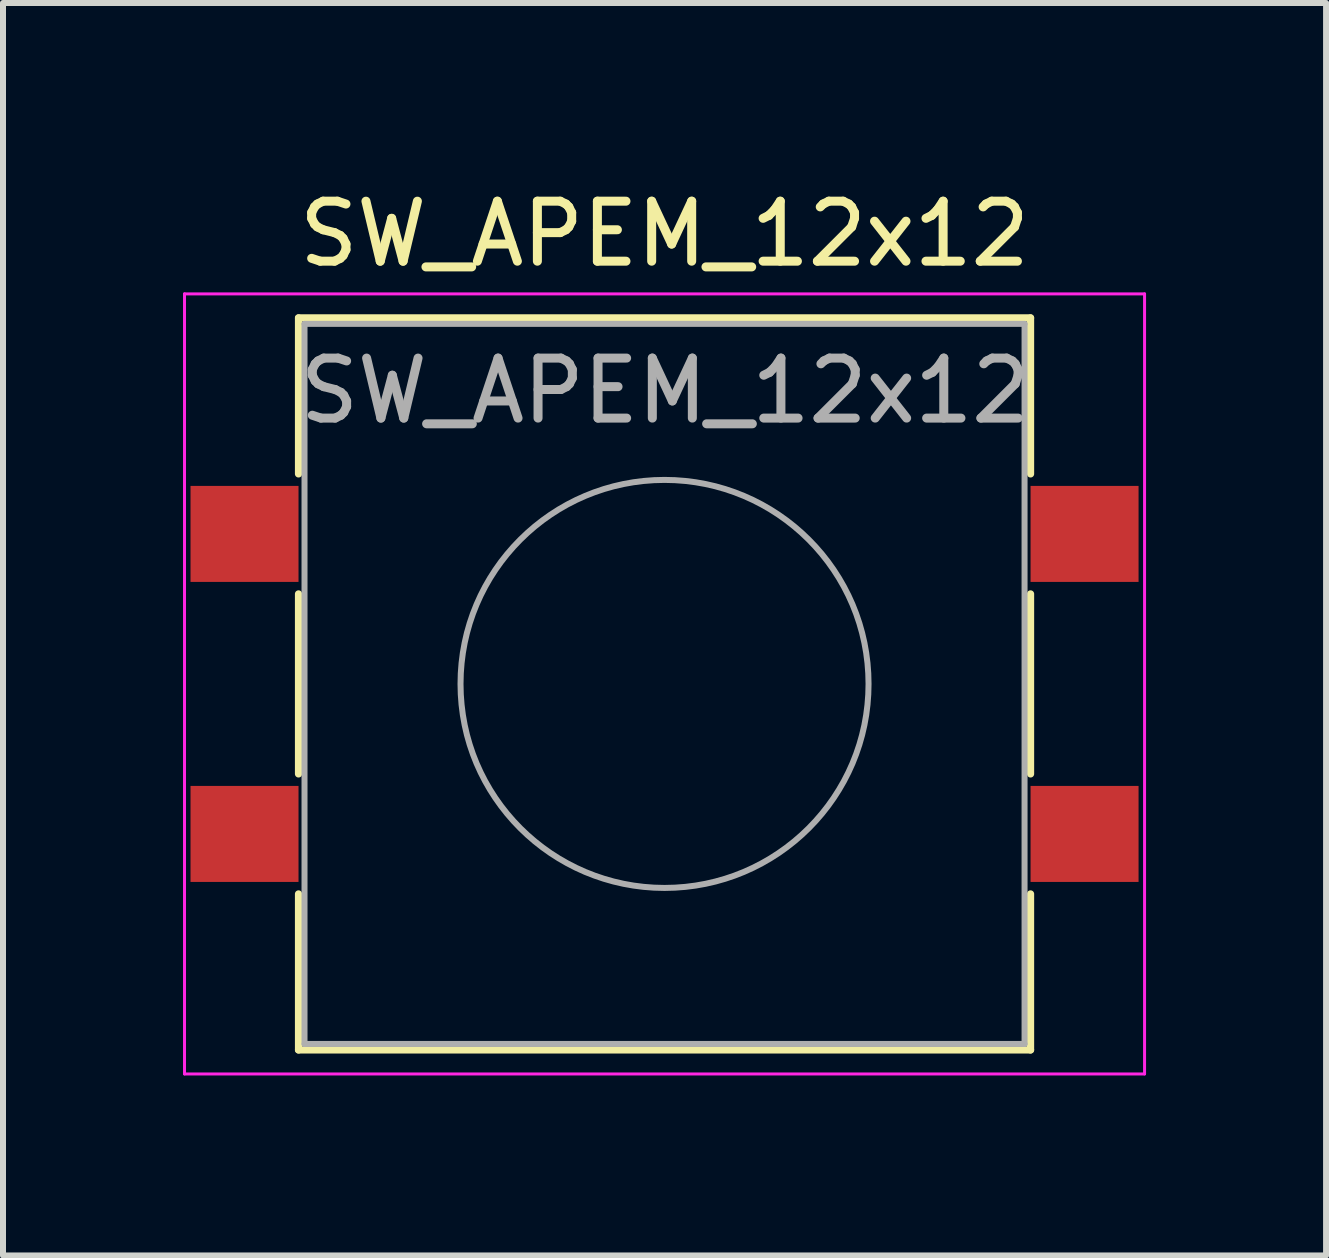
<source format=kicad_pcb>
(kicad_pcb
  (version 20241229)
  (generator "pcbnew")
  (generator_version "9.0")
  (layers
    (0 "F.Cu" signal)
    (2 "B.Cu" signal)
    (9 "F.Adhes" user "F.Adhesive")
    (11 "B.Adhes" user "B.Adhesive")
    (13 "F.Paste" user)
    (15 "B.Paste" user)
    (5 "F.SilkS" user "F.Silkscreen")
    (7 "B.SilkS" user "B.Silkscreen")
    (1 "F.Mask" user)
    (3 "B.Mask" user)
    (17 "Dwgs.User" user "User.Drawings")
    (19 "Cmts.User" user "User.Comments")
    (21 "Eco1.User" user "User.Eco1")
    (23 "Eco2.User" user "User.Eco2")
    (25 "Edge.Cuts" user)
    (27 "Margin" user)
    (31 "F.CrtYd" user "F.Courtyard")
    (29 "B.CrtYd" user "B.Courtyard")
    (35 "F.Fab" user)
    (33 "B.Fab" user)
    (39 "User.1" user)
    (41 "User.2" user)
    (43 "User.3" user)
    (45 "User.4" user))
  (footprint "SW_APEM_12x12"
    (layer "F.Cu")
    (at 8.025 8.348)
    (property "Reference" "SW_APEM_12x12" (at 0 -7.5 0) (layer "F.SilkS") (effects (font (size 1 1) (thickness 0.15))))
    (attr smd)
    (fp_line (start -6.1 -6.1) (end -6.1 -3.5) (stroke (width 0.12) (type solid)) (layer "F.SilkS"))
    (fp_line (start -6.1 -1.5) (end -6.1 1.5) (stroke (width 0.12) (type solid)) (layer "F.SilkS"))
    (fp_line (start -6.1 6.1) (end -6.1 3.5) (stroke (width 0.12) (type solid)) (layer "F.SilkS"))
    (fp_line (start 6.1 -6.1) (end -6.1 -6.1) (stroke (width 0.12) (type solid)) (layer "F.SilkS"))
    (fp_line (start 6.1 -3.5) (end 6.1 -6.1) (stroke (width 0.12) (type solid)) (layer "F.SilkS"))
    (fp_line (start 6.1 -1.5) (end 6.1 1.5) (stroke (width 0.12) (type solid)) (layer "F.SilkS"))
    (fp_line (start 6.1 3.5) (end 6.1 6.1) (stroke (width 0.12) (type solid)) (layer "F.SilkS"))
    (fp_line (start 6.1 6.1) (end -6.1 6.1) (stroke (width 0.12) (type solid)) (layer "F.SilkS"))
    (fp_line (start -8 -6.5) (end -8 6.5) (stroke (width 0.05) (type solid)) (layer "F.CrtYd"))
    (fp_line (start -8 6.5) (end 8 6.5) (stroke (width 0.05) (type solid)) (layer "F.CrtYd"))
    (fp_line (start 8 -6.5) (end -8 -6.5) (stroke (width 0.05) (type solid)) (layer "F.CrtYd"))
    (fp_line (start 8 6.5) (end 8 -6.5) (stroke (width 0.05) (type solid)) (layer "F.CrtYd"))
    (fp_line (start -6 -6) (end 6 -6) (stroke (width 0.1) (type solid)) (layer "F.Fab"))
    (fp_line (start -6 6) (end -6 -6) (stroke (width 0.1) (type solid)) (layer "F.Fab"))
    (fp_line (start 6 -6) (end 6 6) (stroke (width 0.1) (type solid)) (layer "F.Fab"))
    (fp_line (start 6 6) (end -6 6) (stroke (width 0.1) (type solid)) (layer "F.Fab"))
    (fp_circle (center 0 0) (end 3.4 0) (stroke (width 0.1) (type solid)) (fill no) (layer "F.Fab"))
    (fp_text user "${REFERENCE}" (at 0.011 -4.885 0) (layer "F.Fab") (effects (font (size 1 1) (thickness 0.15))))
    (pad "1" smd rect (at -7 -2.5) (size 1.8 1.6) (layers "F.Cu" "F.Mask" "F.Paste"))
    (pad "1" smd rect (at 7 -2.5) (size 1.8 1.6) (layers "F.Cu" "F.Mask" "F.Paste"))
    (pad "2" smd rect (at -7 2.5) (size 1.8 1.6) (layers "F.Cu" "F.Mask" "F.Paste"))
    (pad "2" smd rect (at 7 2.5) (size 1.8 1.6) (layers "F.Cu" "F.Mask" "F.Paste")))
  (gr_rect
    (start -3 -3)
    (end 19.05 17.873)
    (stroke (width 0.1) (type default))
    (fill no)
    (layer "Edge.Cuts")))
</source>
